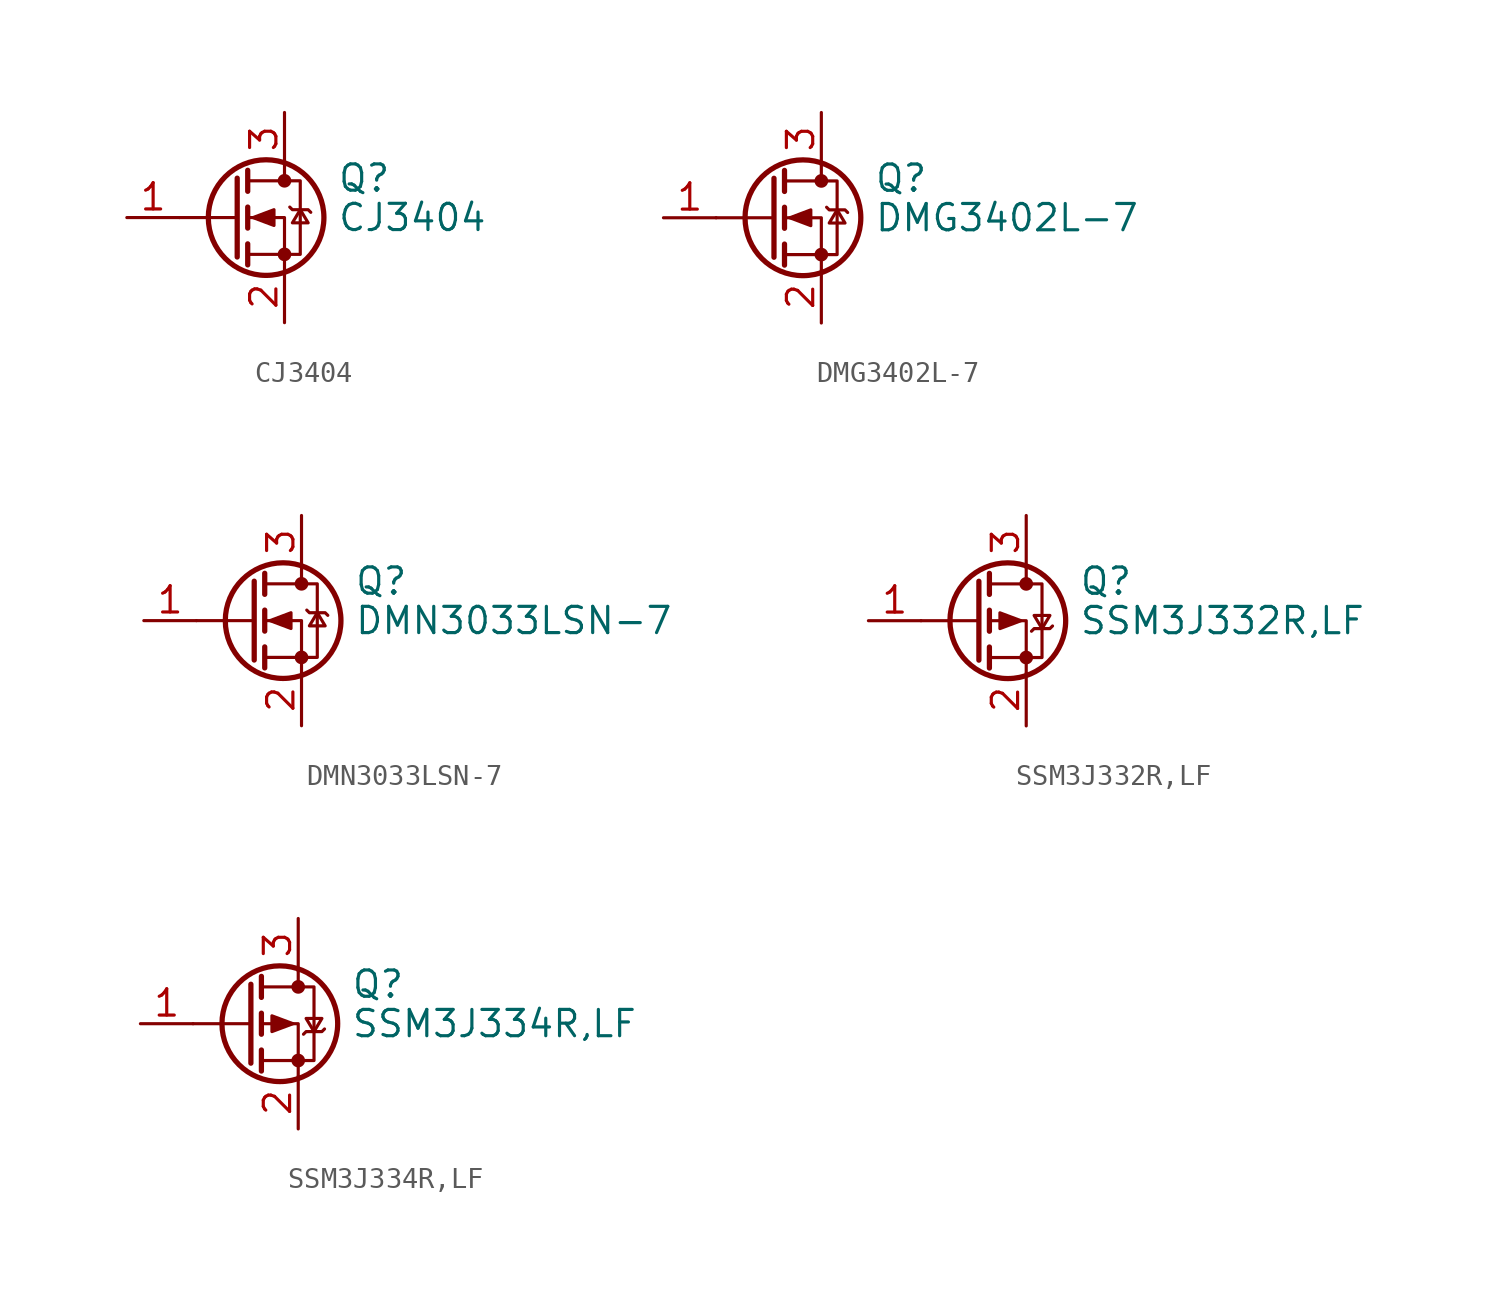
<source format=kicad_sym>
(kicad_symbol_lib
  (version 20220914)
  (generator kicad_symbol_editor)
  (symbol "CJ3404"
    (pin_names hide)
    (property "Reference" "Q"
      (at 5.08 1.905 0)
      (effects (font (size 1.27 1.27)) (justify left)))
    (property "Value" "CJ3404"
      (at 5.08 0 0)
      (effects (font (size 1.27 1.27)) (justify left)))
    (symbol "CJ3404_0_1"
      (polyline (pts (xy 0.254 0) (xy -2.54 0)) (stroke (width 0) (type default)) (fill (type none)))
      (polyline (pts (xy 0.254 1.905) (xy 0.254 -1.905)) (stroke (width 0.254) (type default)) (fill (type none)))
      (polyline (pts (xy 0.762 -1.27) (xy 0.762 -2.286)) (stroke (width 0.254) (type default)) (fill (type none)))
      (polyline (pts (xy 0.762 0.508) (xy 0.762 -0.508)) (stroke (width 0.254) (type default)) (fill (type none)))
      (polyline (pts (xy 0.762 2.286) (xy 0.762 1.27)) (stroke (width 0.254) (type default)) (fill (type none)))
      (polyline (pts (xy 2.54 2.54) (xy 2.54 1.778)) (stroke (width 0) (type default)) (fill (type none)))
      (polyline (pts (xy 2.54 -2.54) (xy 2.54 0) (xy 0.762 0)) (stroke (width 0) (type default)) (fill (type none)))
      (polyline (pts (xy 0.762 -1.778) (xy 3.302 -1.778) (xy 3.302 1.778) (xy 0.762 1.778)) (stroke (width 0) (type default)) (fill (type none)))
      (polyline (pts (xy 1.016 0) (xy 2.032 0.381) (xy 2.032 -0.381) (xy 1.016 0)) (stroke (width 0) (type default)) (fill (type outline)))
      (polyline (pts (xy 2.794 0.508) (xy 2.921 0.381) (xy 3.683 0.381) (xy 3.81 0.254)) (stroke (width 0) (type default)) (fill (type none)))
      (polyline (pts (xy 3.302 0.381) (xy 2.921 -0.254) (xy 3.683 -0.254) (xy 3.302 0.381)) (stroke (width 0) (type default)) (fill (type none)))
      (circle (center 1.651 0) (radius 2.794) (stroke (width 0.254) (type default)) (fill (type none)))
      (circle (center 2.54 -1.778) (radius 0.254) (stroke (width 0) (type default)) (fill (type outline)))
      (circle (center 2.54 1.778) (radius 0.254) (stroke (width 0) (type default)) (fill (type outline))))
    (symbol "CJ3404_1_1"
      (pin input line (at -5.08 0 0) (length 2.54) (name "G" (effects (font (size 1.27 1.27)))) (number "1" (effects (font (size 1.27 1.27)))))
      (pin passive line (at 2.54 -5.08 90) (length 2.54) (name "S" (effects (font (size 1.27 1.27)))) (number "2" (effects (font (size 1.27 1.27)))))
      (pin passive line (at 2.54 5.08 270) (length 2.54) (name "D" (effects (font (size 1.27 1.27)))) (number "3" (effects (font (size 1.27 1.27)))))))
  (symbol "DMG3402L-7"
    (pin_names hide)
    (property "Reference" "Q"
      (at 5.08 1.905 0)
      (effects (font (size 1.27 1.27)) (justify left)))
    (property "Value" "DMG3402L-7"
      (at 5.08 0 0)
      (effects (font (size 1.27 1.27)) (justify left)))
    (symbol "DMG3402L-7_0_1"
      (polyline (pts (xy 0.254 0) (xy -2.54 0)) (stroke (width 0) (type default)) (fill (type none)))
      (polyline (pts (xy 0.254 1.905) (xy 0.254 -1.905)) (stroke (width 0.254) (type default)) (fill (type none)))
      (polyline (pts (xy 0.762 -1.27) (xy 0.762 -2.286)) (stroke (width 0.254) (type default)) (fill (type none)))
      (polyline (pts (xy 0.762 0.508) (xy 0.762 -0.508)) (stroke (width 0.254) (type default)) (fill (type none)))
      (polyline (pts (xy 0.762 2.286) (xy 0.762 1.27)) (stroke (width 0.254) (type default)) (fill (type none)))
      (polyline (pts (xy 2.54 2.54) (xy 2.54 1.778)) (stroke (width 0) (type default)) (fill (type none)))
      (polyline (pts (xy 2.54 -2.54) (xy 2.54 0) (xy 0.762 0)) (stroke (width 0) (type default)) (fill (type none)))
      (polyline (pts (xy 0.762 -1.778) (xy 3.302 -1.778) (xy 3.302 1.778) (xy 0.762 1.778)) (stroke (width 0) (type default)) (fill (type none)))
      (polyline (pts (xy 1.016 0) (xy 2.032 0.381) (xy 2.032 -0.381) (xy 1.016 0)) (stroke (width 0) (type default)) (fill (type outline)))
      (polyline (pts (xy 2.794 0.508) (xy 2.921 0.381) (xy 3.683 0.381) (xy 3.81 0.254)) (stroke (width 0) (type default)) (fill (type none)))
      (polyline (pts (xy 3.302 0.381) (xy 2.921 -0.254) (xy 3.683 -0.254) (xy 3.302 0.381)) (stroke (width 0) (type default)) (fill (type none)))
      (circle (center 1.651 0) (radius 2.794) (stroke (width 0.254) (type default)) (fill (type none)))
      (circle (center 2.54 -1.778) (radius 0.254) (stroke (width 0) (type default)) (fill (type outline)))
      (circle (center 2.54 1.778) (radius 0.254) (stroke (width 0) (type default)) (fill (type outline))))
    (symbol "DMG3402L-7_1_1"
      (pin input line (at -5.08 0 0) (length 2.54) (name "G" (effects (font (size 1.27 1.27)))) (number "1" (effects (font (size 1.27 1.27)))))
      (pin passive line (at 2.54 -5.08 90) (length 2.54) (name "S" (effects (font (size 1.27 1.27)))) (number "2" (effects (font (size 1.27 1.27)))))
      (pin passive line (at 2.54 5.08 270) (length 2.54) (name "D" (effects (font (size 1.27 1.27)))) (number "3" (effects (font (size 1.27 1.27)))))))
  (symbol "DMN3033LSN-7"
    (pin_names hide)
    (property "Reference" "Q"
      (at 5.08 1.905 0)
      (effects (font (size 1.27 1.27)) (justify left)))
    (property "Value" "DMN3033LSN-7"
      (at 5.08 0 0)
      (effects (font (size 1.27 1.27)) (justify left)))
    (symbol "DMN3033LSN-7_0_1"
      (polyline (pts (xy 0.254 0) (xy -2.54 0)) (stroke (width 0) (type default)) (fill (type none)))
      (polyline (pts (xy 0.254 1.905) (xy 0.254 -1.905)) (stroke (width 0.254) (type default)) (fill (type none)))
      (polyline (pts (xy 0.762 -1.27) (xy 0.762 -2.286)) (stroke (width 0.254) (type default)) (fill (type none)))
      (polyline (pts (xy 0.762 0.508) (xy 0.762 -0.508)) (stroke (width 0.254) (type default)) (fill (type none)))
      (polyline (pts (xy 0.762 2.286) (xy 0.762 1.27)) (stroke (width 0.254) (type default)) (fill (type none)))
      (polyline (pts (xy 2.54 2.54) (xy 2.54 1.778)) (stroke (width 0) (type default)) (fill (type none)))
      (polyline (pts (xy 2.54 -2.54) (xy 2.54 0) (xy 0.762 0)) (stroke (width 0) (type default)) (fill (type none)))
      (polyline (pts (xy 0.762 -1.778) (xy 3.302 -1.778) (xy 3.302 1.778) (xy 0.762 1.778)) (stroke (width 0) (type default)) (fill (type none)))
      (polyline (pts (xy 1.016 0) (xy 2.032 0.381) (xy 2.032 -0.381) (xy 1.016 0)) (stroke (width 0) (type default)) (fill (type outline)))
      (polyline (pts (xy 2.794 0.508) (xy 2.921 0.381) (xy 3.683 0.381) (xy 3.81 0.254)) (stroke (width 0) (type default)) (fill (type none)))
      (polyline (pts (xy 3.302 0.381) (xy 2.921 -0.254) (xy 3.683 -0.254) (xy 3.302 0.381)) (stroke (width 0) (type default)) (fill (type none)))
      (circle (center 1.651 0) (radius 2.794) (stroke (width 0.254) (type default)) (fill (type none)))
      (circle (center 2.54 -1.778) (radius 0.254) (stroke (width 0) (type default)) (fill (type outline)))
      (circle (center 2.54 1.778) (radius 0.254) (stroke (width 0) (type default)) (fill (type outline))))
    (symbol "DMN3033LSN-7_1_1"
      (pin input line (at -5.08 0 0) (length 2.54) (name "G" (effects (font (size 1.27 1.27)))) (number "1" (effects (font (size 1.27 1.27)))))
      (pin passive line (at 2.54 -5.08 90) (length 2.54) (name "S" (effects (font (size 1.27 1.27)))) (number "2" (effects (font (size 1.27 1.27)))))
      (pin passive line (at 2.54 5.08 270) (length 2.54) (name "D" (effects (font (size 1.27 1.27)))) (number "3" (effects (font (size 1.27 1.27)))))))
  (symbol "SSM3J332R,LF"
    (pin_names hide)
    (property "Reference" "Q"
      (at 5.08 1.905 0)
      (effects (font (size 1.27 1.27)) (justify left)))
    (property "Value" "SSM3J332R,LF"
      (at 5.08 0 0)
      (effects (font (size 1.27 1.27)) (justify left)))
    (symbol "SSM3J332R,LF_0_1"
      (polyline (pts (xy 0.254 0) (xy -2.54 0)) (stroke (width 0) (type default)) (fill (type none)))
      (polyline (pts (xy 0.254 1.905) (xy 0.254 -1.905)) (stroke (width 0.254) (type default)) (fill (type none)))
      (polyline (pts (xy 0.762 -1.27) (xy 0.762 -2.286)) (stroke (width 0.254) (type default)) (fill (type none)))
      (polyline (pts (xy 0.762 0.508) (xy 0.762 -0.508)) (stroke (width 0.254) (type default)) (fill (type none)))
      (polyline (pts (xy 0.762 2.286) (xy 0.762 1.27)) (stroke (width 0.254) (type default)) (fill (type none)))
      (polyline (pts (xy 2.54 2.54) (xy 2.54 1.778)) (stroke (width 0) (type default)) (fill (type none)))
      (polyline (pts (xy 2.54 -2.54) (xy 2.54 0) (xy 0.762 0)) (stroke (width 0) (type default)) (fill (type none)))
      (polyline (pts (xy 0.762 1.778) (xy 3.302 1.778) (xy 3.302 -1.778) (xy 0.762 -1.778)) (stroke (width 0) (type default)) (fill (type none)))
      (polyline (pts (xy 2.286 0) (xy 1.27 0.381) (xy 1.27 -0.381) (xy 2.286 0)) (stroke (width 0) (type default)) (fill (type outline)))
      (polyline (pts (xy 2.794 -0.508) (xy 2.921 -0.381) (xy 3.683 -0.381) (xy 3.81 -0.254)) (stroke (width 0) (type default)) (fill (type none)))
      (polyline (pts (xy 3.302 -0.381) (xy 2.921 0.254) (xy 3.683 0.254) (xy 3.302 -0.381)) (stroke (width 0) (type default)) (fill (type none)))
      (circle (center 1.651 0) (radius 2.794) (stroke (width 0.254) (type default)) (fill (type none)))
      (circle (center 2.54 -1.778) (radius 0.254) (stroke (width 0) (type default)) (fill (type outline)))
      (circle (center 2.54 1.778) (radius 0.254) (stroke (width 0) (type default)) (fill (type outline))))
    (symbol "SSM3J332R,LF_1_1"
      (pin input line (at -5.08 0 0) (length 2.54) (name "G" (effects (font (size 1.27 1.27)))) (number "1" (effects (font (size 1.27 1.27)))))
      (pin passive line (at 2.54 -5.08 90) (length 2.54) (name "S" (effects (font (size 1.27 1.27)))) (number "2" (effects (font (size 1.27 1.27)))))
      (pin passive line (at 2.54 5.08 270) (length 2.54) (name "D" (effects (font (size 1.27 1.27)))) (number "3" (effects (font (size 1.27 1.27)))))))
  (symbol "SSM3J334R,LF"
    (pin_names hide)
    (property "Reference" "Q"
      (at 5.08 1.905 0)
      (effects (font (size 1.27 1.27)) (justify left)))
    (property "Value" "SSM3J334R,LF"
      (at 5.08 0 0)
      (effects (font (size 1.27 1.27)) (justify left)))
    (symbol "SSM3J334R,LF_0_1"
      (polyline (pts (xy 0.254 0) (xy -2.54 0)) (stroke (width 0) (type default)) (fill (type none)))
      (polyline (pts (xy 0.254 1.905) (xy 0.254 -1.905)) (stroke (width 0.254) (type default)) (fill (type none)))
      (polyline (pts (xy 0.762 -1.27) (xy 0.762 -2.286)) (stroke (width 0.254) (type default)) (fill (type none)))
      (polyline (pts (xy 0.762 0.508) (xy 0.762 -0.508)) (stroke (width 0.254) (type default)) (fill (type none)))
      (polyline (pts (xy 0.762 2.286) (xy 0.762 1.27)) (stroke (width 0.254) (type default)) (fill (type none)))
      (polyline (pts (xy 2.54 2.54) (xy 2.54 1.778)) (stroke (width 0) (type default)) (fill (type none)))
      (polyline (pts (xy 2.54 -2.54) (xy 2.54 0) (xy 0.762 0)) (stroke (width 0) (type default)) (fill (type none)))
      (polyline (pts (xy 0.762 1.778) (xy 3.302 1.778) (xy 3.302 -1.778) (xy 0.762 -1.778)) (stroke (width 0) (type default)) (fill (type none)))
      (polyline (pts (xy 2.286 0) (xy 1.27 0.381) (xy 1.27 -0.381) (xy 2.286 0)) (stroke (width 0) (type default)) (fill (type outline)))
      (polyline (pts (xy 2.794 -0.508) (xy 2.921 -0.381) (xy 3.683 -0.381) (xy 3.81 -0.254)) (stroke (width 0) (type default)) (fill (type none)))
      (polyline (pts (xy 3.302 -0.381) (xy 2.921 0.254) (xy 3.683 0.254) (xy 3.302 -0.381)) (stroke (width 0) (type default)) (fill (type none)))
      (circle (center 1.651 0) (radius 2.794) (stroke (width 0.254) (type default)) (fill (type none)))
      (circle (center 2.54 -1.778) (radius 0.254) (stroke (width 0) (type default)) (fill (type outline)))
      (circle (center 2.54 1.778) (radius 0.254) (stroke (width 0) (type default)) (fill (type outline))))
    (symbol "SSM3J334R,LF_1_1"
      (pin input line (at -5.08 0 0) (length 2.54) (name "G" (effects (font (size 1.27 1.27)))) (number "1" (effects (font (size 1.27 1.27)))))
      (pin passive line (at 2.54 -5.08 90) (length 2.54) (name "S" (effects (font (size 1.27 1.27)))) (number "2" (effects (font (size 1.27 1.27)))))
      (pin passive line (at 2.54 5.08 270) (length 2.54) (name "D" (effects (font (size 1.27 1.27)))) (number "3" (effects (font (size 1.27 1.27))))))))
</source>
